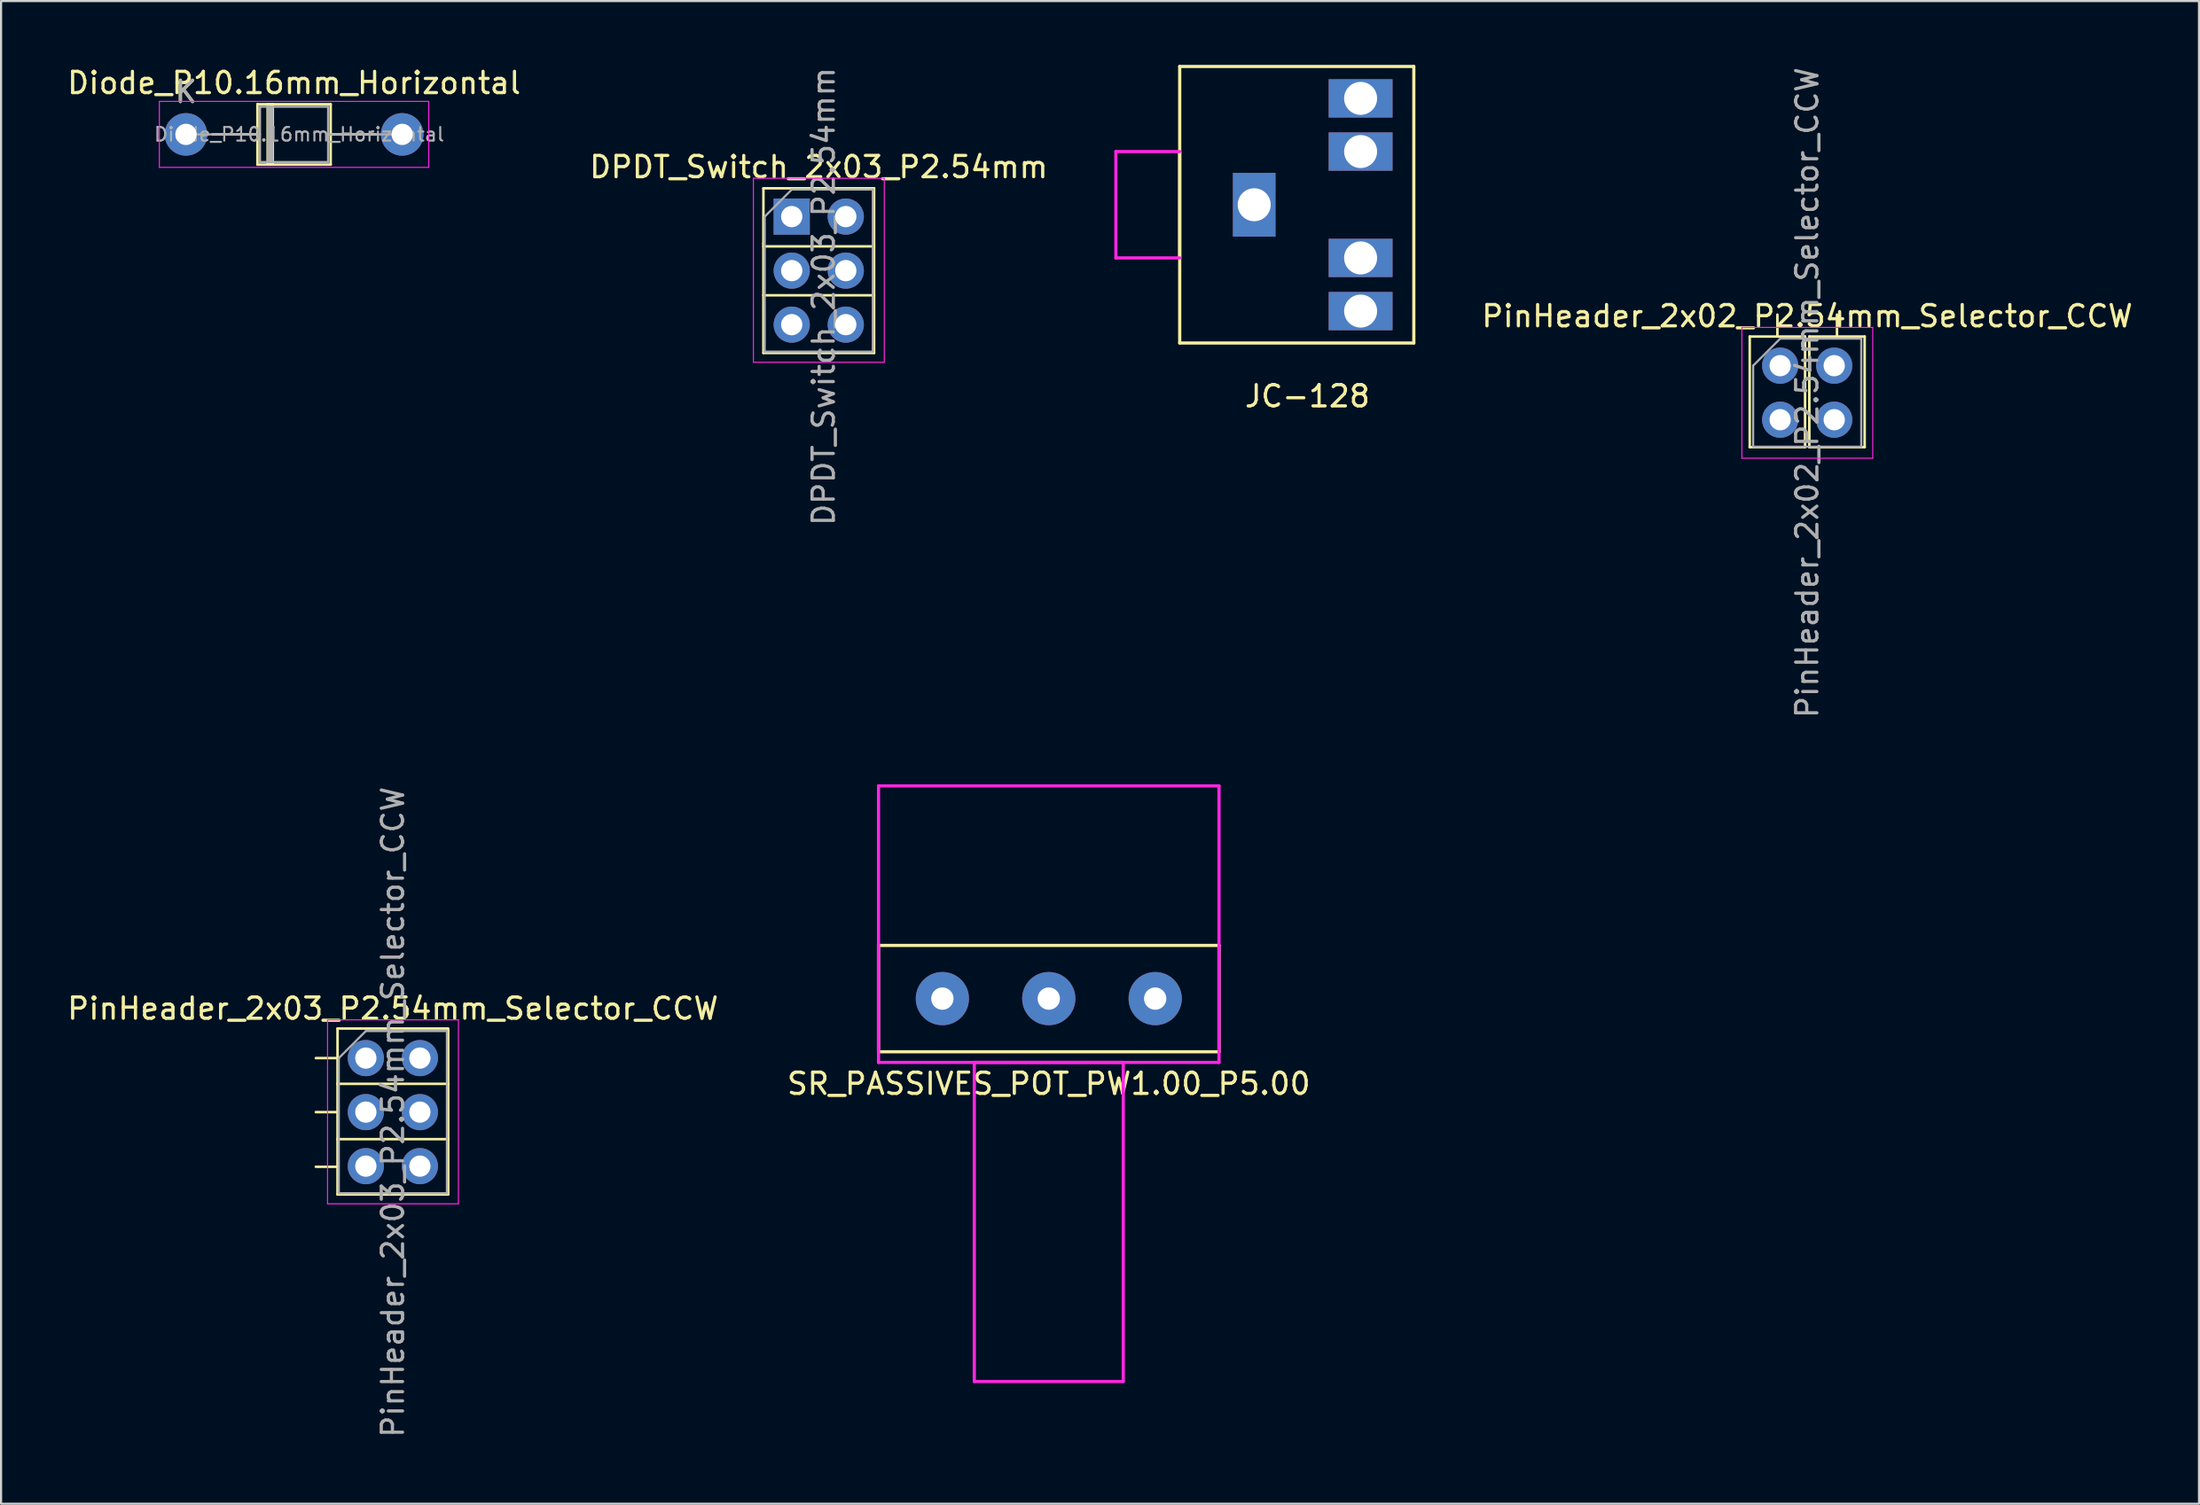
<source format=kicad_pcb>
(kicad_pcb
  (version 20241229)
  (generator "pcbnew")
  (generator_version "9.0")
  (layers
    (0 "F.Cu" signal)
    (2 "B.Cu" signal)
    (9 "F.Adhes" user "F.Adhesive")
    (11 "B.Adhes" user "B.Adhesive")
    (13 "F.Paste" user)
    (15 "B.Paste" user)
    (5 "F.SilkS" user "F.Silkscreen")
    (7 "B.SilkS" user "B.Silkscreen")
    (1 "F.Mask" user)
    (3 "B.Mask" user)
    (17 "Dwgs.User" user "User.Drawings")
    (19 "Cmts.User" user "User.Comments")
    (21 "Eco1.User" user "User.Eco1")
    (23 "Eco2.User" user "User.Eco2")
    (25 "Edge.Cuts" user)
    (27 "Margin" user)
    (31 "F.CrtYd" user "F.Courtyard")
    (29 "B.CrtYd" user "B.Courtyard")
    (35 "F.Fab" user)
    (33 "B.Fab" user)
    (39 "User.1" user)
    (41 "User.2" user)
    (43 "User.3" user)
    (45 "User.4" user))
  (footprint "DPDT_Switch_2x03_P2.54mm"
    (layer "F.Cu")
    (at 34.153 7.132)
    (property "Reference" "DPDT_Switch_2x03_P2.54mm" (at 1.27 -2.33 0) (layer "F.SilkS") (effects (font (size 1 1) (thickness 0.15))))
    (attr through_hole)
    (fp_line (start -1.33 -1.33) (end 1.27 -1.33) (stroke (width 0.12) (type solid)) (layer "F.SilkS"))
    (fp_line (start -1.33 1.27) (end -1.33 -1.33) (stroke (width 0.12) (type solid)) (layer "F.SilkS"))
    (fp_line (start -1.33 1.27) (end -1.33 6.41) (stroke (width 0.12) (type solid)) (layer "F.SilkS"))
    (fp_line (start -1.33 1.4) (end 3.87 1.4) (stroke (width 0.12) (type solid)) (layer "F.SilkS"))
    (fp_line (start -1.33 3.7) (end 3.87 3.7) (stroke (width 0.12) (type solid)) (layer "F.SilkS"))
    (fp_line (start -1.33 6.41) (end 3.87 6.41) (stroke (width 0.12) (type solid)) (layer "F.SilkS"))
    (fp_line (start 1.27 -1.33) (end 3.87 -1.33) (stroke (width 0.12) (type solid)) (layer "F.SilkS"))
    (fp_line (start 3.87 -1.33) (end 3.87 6.41) (stroke (width 0.12) (type solid)) (layer "F.SilkS"))
    (fp_line (start -1.8 -1.8) (end -1.8 6.85) (stroke (width 0.05) (type solid)) (layer "F.CrtYd"))
    (fp_line (start -1.8 6.85) (end 4.35 6.85) (stroke (width 0.05) (type solid)) (layer "F.CrtYd"))
    (fp_line (start 4.35 -1.8) (end -1.8 -1.8) (stroke (width 0.05) (type solid)) (layer "F.CrtYd"))
    (fp_line (start 4.35 6.85) (end 4.35 -1.8) (stroke (width 0.05) (type solid)) (layer "F.CrtYd"))
    (fp_line (start -1.27 0) (end 0 -1.27) (stroke (width 0.1) (type solid)) (layer "F.Fab"))
    (fp_line (start -1.27 6.35) (end -1.27 0) (stroke (width 0.1) (type solid)) (layer "F.Fab"))
    (fp_line (start 0 -1.27) (end 3.81 -1.27) (stroke (width 0.1) (type solid)) (layer "F.Fab"))
    (fp_line (start 3.81 -1.27) (end 3.81 6.35) (stroke (width 0.1) (type solid)) (layer "F.Fab"))
    (fp_line (start 3.81 6.35) (end -1.27 6.35) (stroke (width 0.1) (type solid)) (layer "F.Fab"))
    (fp_text user "${REFERENCE}" (at 1.5 3.755 90) (layer "F.Fab") (effects (font (size 1 1) (thickness 0.15))))
    (pad "1" thru_hole rect (at 0 0) (size 1.7 1.7) (drill 1) (layers "*.Cu" "*.Mask"))
    (pad "1" thru_hole oval (at 2.54 0) (size 1.7 1.7) (drill 1) (layers "*.Cu" "*.Mask"))
    (pad "2" thru_hole oval (at 0 2.54) (size 1.7 1.7) (drill 1) (layers "*.Cu" "*.Mask"))
    (pad "2" thru_hole oval (at 2.54 2.54) (size 1.7 1.7) (drill 1) (layers "*.Cu" "*.Mask"))
    (pad "3" thru_hole oval (at 0 5.08) (size 1.7 1.7) (drill 1) (layers "*.Cu" "*.Mask"))
    (pad "3" thru_hole oval (at 2.54 5.08) (size 1.7 1.7) (drill 1) (layers "*.Cu" "*.Mask")))
  (footprint "Diode_P10.16mm_Horizontal"
    (layer "F.Cu")
    (at 5.688 3.268)
    (property "Reference" "Diode_P10.16mm_Horizontal" (at 5.08 -2.42 0) (layer "F.SilkS") (effects (font (size 1 1) (thickness 0.15))))
    (attr through_hole)
    (fp_line (start 1.24 0) (end 3.36 0) (stroke (width 0.12) (type solid)) (layer "F.SilkS"))
    (fp_line (start 3.36 -1.42) (end 3.36 1.42) (stroke (width 0.12) (type solid)) (layer "F.SilkS"))
    (fp_line (start 3.36 1.42) (end 6.8 1.42) (stroke (width 0.12) (type solid)) (layer "F.SilkS"))
    (fp_line (start 3.84 -1.42) (end 3.84 1.42) (stroke (width 0.12) (type solid)) (layer "F.SilkS"))
    (fp_line (start 3.96 -1.42) (end 3.96 1.42) (stroke (width 0.12) (type solid)) (layer "F.SilkS"))
    (fp_line (start 4.08 -1.42) (end 4.08 1.42) (stroke (width 0.12) (type solid)) (layer "F.SilkS"))
    (fp_line (start 6.8 -1.42) (end 3.36 -1.42) (stroke (width 0.12) (type solid)) (layer "F.SilkS"))
    (fp_line (start 6.8 1.42) (end 6.8 -1.42) (stroke (width 0.12) (type solid)) (layer "F.SilkS"))
    (fp_line (start 8.92 0) (end 6.8 0) (stroke (width 0.12) (type solid)) (layer "F.SilkS"))
    (fp_line (start -1.25 -1.55) (end -1.25 1.55) (stroke (width 0.05) (type solid)) (layer "F.CrtYd"))
    (fp_line (start -1.25 1.55) (end 11.41 1.55) (stroke (width 0.05) (type solid)) (layer "F.CrtYd"))
    (fp_line (start 11.41 -1.55) (end -1.25 -1.55) (stroke (width 0.05) (type solid)) (layer "F.CrtYd"))
    (fp_line (start 11.41 1.55) (end 11.41 -1.55) (stroke (width 0.05) (type solid)) (layer "F.CrtYd"))
    (fp_line (start 0 0) (end 3.48 0) (stroke (width 0.1) (type solid)) (layer "F.Fab"))
    (fp_line (start 3.48 -1.3) (end 3.48 1.3) (stroke (width 0.1) (type solid)) (layer "F.Fab"))
    (fp_line (start 3.48 1.3) (end 6.68 1.3) (stroke (width 0.1) (type solid)) (layer "F.Fab"))
    (fp_line (start 3.86 -1.3) (end 3.86 1.3) (stroke (width 0.1) (type solid)) (layer "F.Fab"))
    (fp_line (start 3.96 -1.3) (end 3.96 1.3) (stroke (width 0.1) (type solid)) (layer "F.Fab"))
    (fp_line (start 4.06 -1.3) (end 4.06 1.3) (stroke (width 0.1) (type solid)) (layer "F.Fab"))
    (fp_line (start 6.68 -1.3) (end 3.48 -1.3) (stroke (width 0.1) (type solid)) (layer "F.Fab"))
    (fp_line (start 6.68 1.3) (end 6.68 -1.3) (stroke (width 0.1) (type solid)) (layer "F.Fab"))
    (fp_line (start 10.16 0) (end 6.68 0) (stroke (width 0.1) (type solid)) (layer "F.Fab"))
    (fp_text user "K" (at 0 -2 0) (layer "F.SilkS") (effects (font (size 1 1) (thickness 0.15))))
    (fp_text user "K" (at 0 -2 0) (layer "F.Fab") (effects (font (size 1 1) (thickness 0.15))))
    (fp_text user "${REFERENCE}" (at 5.32 0 0) (layer "F.Fab") (effects (font (size 0.64 0.64) (thickness 0.096))))
    (pad "1" thru_hole circle (at 0 0) (size 2 2) (drill 1) (layers "*.Cu" "*.Mask"))
    (pad "2" thru_hole oval (at 10.16 0) (size 2 2) (drill 1) (layers "*.Cu" "*.Mask")))
  (footprint "PinHeader_2x03_P2.54mm_Selector_CCW"
    (layer "F.Cu")
    (at 14.141 46.692)
    (property "Reference" "PinHeader_2x03_P2.54mm_Selector_CCW" (at 1.27 -2.33 0) (layer "F.SilkS") (effects (font (size 1 1) (thickness 0.15))))
    (attr through_hole)
    (fp_line (start -1.35 0) (end -2.35 0) (stroke (width 0.12) (type solid)) (layer "F.SilkS"))
    (fp_line (start -1.35 2.54) (end -2.35 2.54) (stroke (width 0.12) (type solid)) (layer "F.SilkS"))
    (fp_line (start -1.35 5.11) (end -2.35 5.11) (stroke (width 0.12) (type solid)) (layer "F.SilkS"))
    (fp_line (start -1.33 -1.39) (end 3.87 -1.39) (stroke (width 0.12) (type solid)) (layer "F.SilkS"))
    (fp_line (start -1.33 1.21) (end -1.33 -1.39) (stroke (width 0.12) (type solid)) (layer "F.SilkS"))
    (fp_line (start -1.33 1.21) (end 3.87 1.21) (stroke (width 0.12) (type solid)) (layer "F.SilkS"))
    (fp_line (start -1.33 3.81) (end -1.33 1.21) (stroke (width 0.12) (type solid)) (layer "F.SilkS"))
    (fp_line (start -1.33 3.81) (end -1.33 6.41) (stroke (width 0.12) (type solid)) (layer "F.SilkS"))
    (fp_line (start -1.33 3.81) (end 3.87 3.81) (stroke (width 0.12) (type solid)) (layer "F.SilkS"))
    (fp_line (start -1.33 6.41) (end 3.87 6.41) (stroke (width 0.12) (type solid)) (layer "F.SilkS"))
    (fp_line (start 3.87 -1.33) (end 3.87 6.41) (stroke (width 0.12) (type solid)) (layer "F.SilkS"))
    (fp_line (start -1.8 -1.8) (end -1.8 6.85) (stroke (width 0.05) (type solid)) (layer "F.CrtYd"))
    (fp_line (start -1.8 6.85) (end 4.35 6.85) (stroke (width 0.05) (type solid)) (layer "F.CrtYd"))
    (fp_line (start 4.35 -1.8) (end -1.8 -1.8) (stroke (width 0.05) (type solid)) (layer "F.CrtYd"))
    (fp_line (start 4.35 6.85) (end 4.35 -1.8) (stroke (width 0.05) (type solid)) (layer "F.CrtYd"))
    (fp_line (start -1.27 0) (end 0 -1.27) (stroke (width 0.1) (type solid)) (layer "F.Fab"))
    (fp_line (start -1.27 6.35) (end -1.27 0) (stroke (width 0.1) (type solid)) (layer "F.Fab"))
    (fp_line (start 0 -1.27) (end 3.81 -1.27) (stroke (width 0.1) (type solid)) (layer "F.Fab"))
    (fp_line (start 3.81 -1.27) (end 3.81 6.35) (stroke (width 0.1) (type solid)) (layer "F.Fab"))
    (fp_line (start 3.81 6.35) (end -1.27 6.35) (stroke (width 0.1) (type solid)) (layer "F.Fab"))
    (fp_text user "${REFERENCE}" (at 1.27 2.54 90) (layer "F.Fab") (effects (font (size 1 1) (thickness 0.15))))
    (pad "1" thru_hole circle (at 0 0) (size 1.7 1.7) (drill 1) (layers "*.Cu" "*.Mask"))
    (pad "2" thru_hole oval (at 0 2.54) (size 1.7 1.7) (drill 1) (layers "*.Cu" "*.Mask"))
    (pad "3" thru_hole oval (at 0 5.08) (size 1.7 1.7) (drill 1) (layers "*.Cu" "*.Mask"))
    (pad "4" thru_hole oval (at 2.54 0) (size 1.7 1.7) (drill 1) (layers "*.Cu" "*.Mask"))
    (pad "5" thru_hole oval (at 2.54 2.54) (size 1.7 1.7) (drill 1) (layers "*.Cu" "*.Mask"))
    (pad "6" thru_hole oval (at 2.54 5.08) (size 1.7 1.7) (drill 1) (layers "*.Cu" "*.Mask")))
  (footprint "JC-128"
    (layer "F.Cu")
    (at 55.885 6.575)
    (property "Reference" "JC-128" (at 2.5 9 0) (layer "F.SilkS") (effects (font (size 1 1) (thickness 0.15))))
    (attr through_hole)
    (fp_line (start -3.5 -6.5) (end 7.5 -6.5) (stroke (width 0.15) (type solid)) (layer "F.SilkS"))
    (fp_line (start -3.5 2.5) (end -3.5 -2.5) (stroke (width 0.15) (type solid)) (layer "F.SilkS"))
    (fp_line (start -3.5 6.5) (end -3.5 -6.5) (stroke (width 0.15) (type solid)) (layer "F.SilkS"))
    (fp_line (start 7.5 -6.5) (end 7.5 6.5) (stroke (width 0.15) (type solid)) (layer "F.SilkS"))
    (fp_line (start 7.5 6.5) (end -3.5 6.5) (stroke (width 0.15) (type solid)) (layer "F.SilkS"))
    (fp_line (start -6.5 -2.5) (end -6.5 2.5) (stroke (width 0.15) (type solid)) (layer "F.CrtYd"))
    (fp_line (start -6.5 2.5) (end -3.5 2.5) (stroke (width 0.15) (type solid)) (layer "F.CrtYd"))
    (fp_line (start -3.5 -2.5) (end -6.5 -2.5) (stroke (width 0.15) (type solid)) (layer "F.CrtYd"))
    (pad "R" thru_hole rect (at 5 -5 180) (size 3 1.8) (drill 1.55) (layers "*.Cu" "*.Mask"))
    (pad "R" thru_hole rect (at 5 -2.5 180) (size 3 1.8) (drill 1.55) (layers "*.Cu" "*.Mask"))
    (pad "S" thru_hole rect (at 0 0 90) (size 3 2) (drill 1.55) (layers "*.Cu" "*.Mask"))
    (pad "T" thru_hole rect (at 5 2.5 180) (size 3 1.8) (drill 1.55) (layers "*.Cu" "*.Mask"))
    (pad "T" thru_hole rect (at 5 5 180) (size 3 1.8) (drill 1.55) (layers "*.Cu" "*.Mask")))
  (footprint "PinHeader_2x02_P2.54mm_Selector_CCW"
    (layer "F.Cu")
    (at 80.6 14.141)
    (property "Reference" "PinHeader_2x02_P2.54mm_Selector_CCW" (at 1.27 -2.33 0) (layer "F.SilkS") (effects (font (size 1 1) (thickness 0.15))))
    (attr through_hole)
    (fp_line (start -1.43 -1.37) (end 1.17 -1.37) (stroke (width 0.12) (type solid)) (layer "F.SilkS"))
    (fp_line (start -1.43 3.83) (end -1.43 -1.37) (stroke (width 0.12) (type solid)) (layer "F.SilkS"))
    (fp_line (start -1.43 3.83) (end 1.17 3.83) (stroke (width 0.12) (type solid)) (layer "F.SilkS"))
    (fp_line (start -0.13 -2.4) (end -0.13 -1.4) (stroke (width 0.12) (type solid)) (layer "F.SilkS"))
    (fp_line (start 1.17 3.83) (end 1.17 -1.37) (stroke (width 0.12) (type solid)) (layer "F.SilkS"))
    (fp_line (start 1.37 -1.37) (end 3.97 -1.37) (stroke (width 0.12) (type solid)) (layer "F.SilkS"))
    (fp_line (start 1.37 3.83) (end 1.37 -1.37) (stroke (width 0.12) (type solid)) (layer "F.SilkS"))
    (fp_line (start 1.37 3.83) (end 3.97 3.83) (stroke (width 0.12) (type solid)) (layer "F.SilkS"))
    (fp_line (start 2.67 -2.4) (end 2.67 -1.4) (stroke (width 0.12) (type solid)) (layer "F.SilkS"))
    (fp_line (start 3.97 3.83) (end 3.97 -1.37) (stroke (width 0.12) (type solid)) (layer "F.SilkS"))
    (fp_line (start -1.8 -1.8) (end -1.8 4.35) (stroke (width 0.05) (type solid)) (layer "F.CrtYd"))
    (fp_line (start -1.8 4.35) (end 4.35 4.35) (stroke (width 0.05) (type solid)) (layer "F.CrtYd"))
    (fp_line (start 4.35 -1.8) (end -1.8 -1.8) (stroke (width 0.05) (type solid)) (layer "F.CrtYd"))
    (fp_line (start 4.35 4.35) (end 4.35 -1.8) (stroke (width 0.05) (type solid)) (layer "F.CrtYd"))
    (fp_line (start -1.27 0) (end 0 -1.27) (stroke (width 0.1) (type solid)) (layer "F.Fab"))
    (fp_line (start -1.27 3.81) (end -1.27 0) (stroke (width 0.1) (type solid)) (layer "F.Fab"))
    (fp_line (start 0 -1.27) (end 3.81 -1.27) (stroke (width 0.1) (type solid)) (layer "F.Fab"))
    (fp_line (start 3.81 -1.27) (end 3.81 3.81) (stroke (width 0.1) (type solid)) (layer "F.Fab"))
    (fp_line (start 3.81 3.81) (end -1.27 3.81) (stroke (width 0.1) (type solid)) (layer "F.Fab"))
    (fp_text user "${REFERENCE}" (at 1.27 1.27 90) (layer "F.Fab") (effects (font (size 1 1) (thickness 0.15))))
    (pad "1" thru_hole circle (at 0 0) (size 1.7 1.7) (drill 1) (layers "*.Cu" "*.Mask"))
    (pad "2" thru_hole oval (at 2.54 0) (size 1.7 1.7) (drill 1) (layers "*.Cu" "*.Mask"))
    (pad "3" thru_hole oval (at 0 2.54) (size 1.7 1.7) (drill 1) (layers "*.Cu" "*.Mask"))
    (pad "4" thru_hole oval (at 2.54 2.54) (size 1.7 1.7) (drill 1) (layers "*.Cu" "*.Mask")))
  (footprint "SR_PASSIVES_POT_PW1.00_P5.00"
    (layer "F.Cu")
    (at 46.232 43.896)
    (property "Reference" "SR_PASSIVES_POT_PW1.00_P5.00" (at 0 4 0) (layer "F.SilkS") (effects (font (size 1 1) (thickness 0.15))))
    (attr through_hole)
    (fp_line (start -8 -2.5) (end 8 -2.5) (stroke (width 0.15) (type solid)) (layer "F.SilkS"))
    (fp_line (start -8 2.5) (end -8 -2.5) (stroke (width 0.15) (type solid)) (layer "F.SilkS"))
    (fp_line (start 8 -2.5) (end 8 2.5) (stroke (width 0.15) (type solid)) (layer "F.SilkS"))
    (fp_line (start 8 2.5) (end -8 2.5) (stroke (width 0.15) (type solid)) (layer "F.SilkS"))
    (fp_line (start -8 -10) (end 8 -10) (stroke (width 0.15) (type solid)) (layer "F.CrtYd"))
    (fp_line (start -8 3) (end -8 -10) (stroke (width 0.15) (type solid)) (layer "F.CrtYd"))
    (fp_line (start -3.5 3) (end 3.5 3) (stroke (width 0.15) (type solid)) (layer "F.CrtYd"))
    (fp_line (start -3.5 18) (end -3.5 3) (stroke (width 0.15) (type solid)) (layer "F.CrtYd"))
    (fp_line (start 3.5 3) (end 3.5 18) (stroke (width 0.15) (type solid)) (layer "F.CrtYd"))
    (fp_line (start 3.5 18) (end -3.5 18) (stroke (width 0.15) (type solid)) (layer "F.CrtYd"))
    (fp_line (start 8 -10) (end 8 3) (stroke (width 0.15) (type solid)) (layer "F.CrtYd"))
    (fp_line (start 8 3) (end -8 3) (stroke (width 0.15) (type solid)) (layer "F.CrtYd"))
    (pad "1" thru_hole circle (at -5 0) (size 2.5 2.5) (drill 1.05) (layers "*.Cu" "*.Mask"))
    (pad "2" thru_hole circle (at 0 0) (size 2.5 2.5) (drill 1.05) (layers "*.Cu" "*.Mask"))
    (pad "3" thru_hole circle (at 5 0) (size 2.5 2.5) (drill 1.05) (layers "*.Cu" "*.Mask")))
  (gr_rect
    (start -3 -3)
    (end 100.281 67.643)
    (stroke (width 0.1) (type default))
    (fill no)
    (layer "Edge.Cuts")))
</source>
